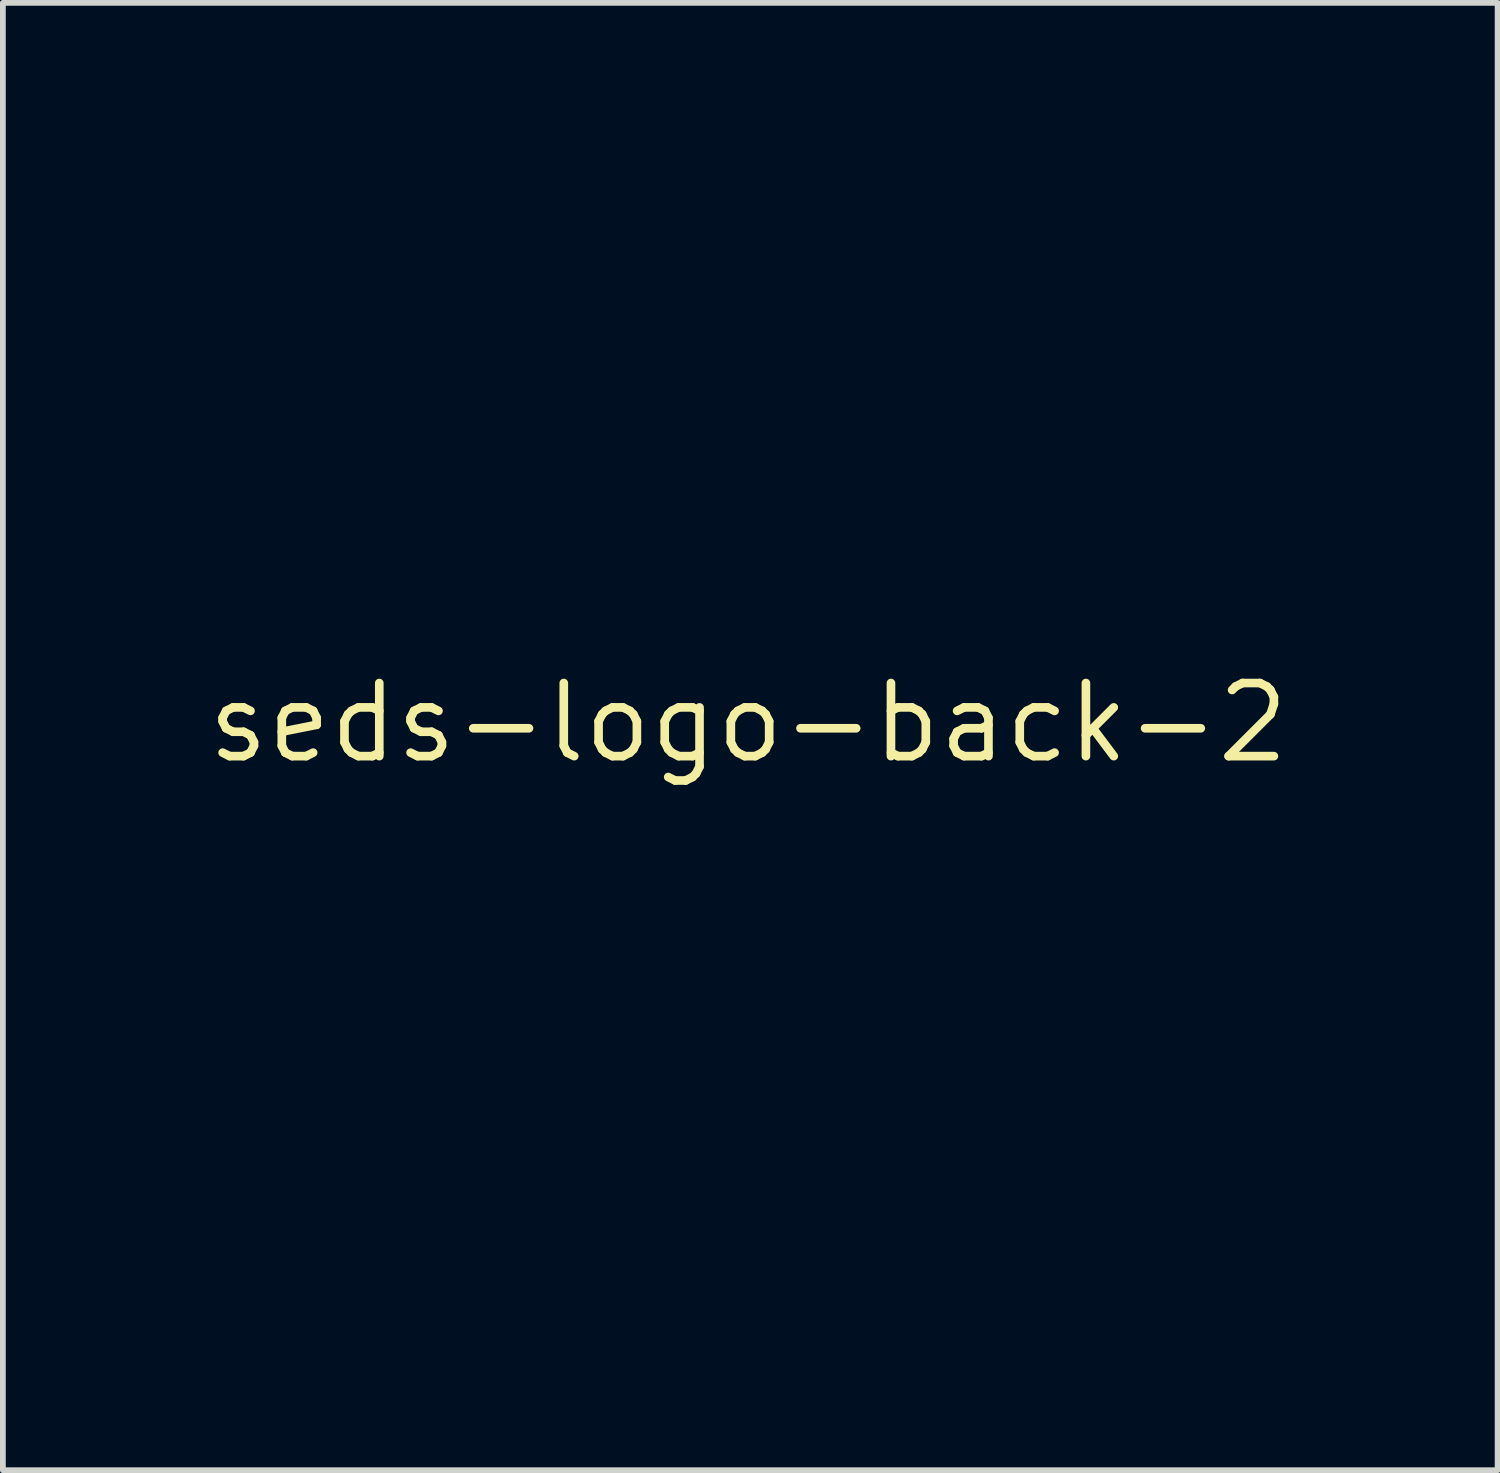
<source format=kicad_pcb>
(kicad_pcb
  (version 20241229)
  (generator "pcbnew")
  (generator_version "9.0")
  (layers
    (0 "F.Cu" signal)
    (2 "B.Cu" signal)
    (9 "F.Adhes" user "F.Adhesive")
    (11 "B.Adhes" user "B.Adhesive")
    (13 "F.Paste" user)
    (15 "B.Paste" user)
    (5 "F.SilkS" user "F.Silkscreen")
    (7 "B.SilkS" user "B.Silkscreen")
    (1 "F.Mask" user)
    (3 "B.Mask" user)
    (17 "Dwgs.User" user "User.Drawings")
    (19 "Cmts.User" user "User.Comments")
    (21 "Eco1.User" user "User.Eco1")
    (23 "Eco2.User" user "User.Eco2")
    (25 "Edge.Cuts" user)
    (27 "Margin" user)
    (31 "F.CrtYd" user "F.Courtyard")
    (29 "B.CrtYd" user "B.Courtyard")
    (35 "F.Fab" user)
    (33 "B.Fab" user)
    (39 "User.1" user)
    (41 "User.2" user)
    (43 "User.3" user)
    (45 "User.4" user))
  (footprint "seds-logo-back-2"
    (layer "F.Cu")
    (at 10.017 9.507)
    (property "Reference" "seds-logo-back-2" (at -0.067 0 0) (layer "F.SilkS") (effects (font (size 1.27 1.27) (thickness 0.15))))
    (attr through_hole)
    (fp_poly (pts (xy -6.135 3.359) (xy -6.151 3.366) (xy -6.231 3.426) (xy -6.283 3.508) (xy -6.305 3.603) (xy -6.299 3.703) (xy -6.263 3.798) (xy -6.199 3.879) (xy -6.152 3.914) (xy -6.076 3.947) (xy -5.983 3.967) (xy -5.895 3.971) (xy -5.853 3.965) (xy -5.758 3.919) (xy -5.692 3.843) (xy -5.657 3.739) (xy -5.652 3.666) (xy -5.67 3.551) (xy -5.726 3.457) (xy -5.819 3.383) (xy -5.841 3.371) (xy -5.943 3.332) (xy -6.036 3.328) (xy -6.135 3.359)) (stroke (width 0.01) (type solid)) (fill yes) (layer "B.Mask"))
    (fp_poly (pts (xy 2.079 -7.511) (xy 2.027 -7.497) (xy 1.982 -7.469) (xy 1.968 -7.456) (xy 1.906 -7.375) (xy 1.877 -7.282) (xy 1.88 -7.184) (xy 1.91 -7.088) (xy 1.964 -7.003) (xy 2.04 -6.935) (xy 2.132 -6.892) (xy 2.22 -6.881) (xy 2.289 -6.885) (xy 2.347 -6.895) (xy 2.36 -6.899) (xy 2.44 -6.954) (xy 2.492 -7.04) (xy 2.514 -7.149) (xy 2.516 -7.228) (xy 2.506 -7.284) (xy 2.479 -7.335) (xy 2.473 -7.344) (xy 2.391 -7.437) (xy 2.296 -7.492) (xy 2.181 -7.514) (xy 2.156 -7.514) (xy 2.079 -7.511)) (stroke (width 0.01) (type solid)) (fill yes) (layer "B.Mask"))
    (fp_poly (pts (xy -3.425 -3.835) (xy -3.476 -3.796) (xy -3.546 -3.734) (xy -3.631 -3.656) (xy -3.726 -3.564) (xy -3.828 -3.465) (xy -3.93 -3.362) (xy -4.029 -3.26) (xy -4.12 -3.164) (xy -4.199 -3.078) (xy -4.26 -3.007) (xy -4.3 -2.955) (xy -4.314 -2.927) (xy -4.314 -2.926) (xy -4.302 -2.901) (xy -4.274 -2.877) (xy -4.222 -2.853) (xy -4.142 -2.823) (xy -4.029 -2.788) (xy -3.857 -2.735) (xy -3.544 -3.05) (xy -3.23 -3.364) (xy -3.257 -3.497) (xy -3.292 -3.645) (xy -3.326 -3.752) (xy -3.36 -3.819) (xy -3.395 -3.847) (xy -3.398 -3.848) (xy -3.425 -3.835)) (stroke (width 0.01) (type solid)) (fill yes) (layer "B.Mask"))
    (fp_poly (pts (xy 1.968 2.983) (xy 1.895 2.999) (xy 1.84 3.026) (xy 1.784 3.076) (xy 1.766 3.094) (xy 1.693 3.195) (xy 1.658 3.303) (xy 1.658 3.429) (xy 1.662 3.453) (xy 1.691 3.532) (xy 1.748 3.617) (xy 1.821 3.694) (xy 1.898 3.75) (xy 1.92 3.76) (xy 2.003 3.781) (xy 2.102 3.787) (xy 2.199 3.778) (xy 2.275 3.754) (xy 2.275 3.754) (xy 2.361 3.699) (xy 2.419 3.636) (xy 2.458 3.567) (xy 2.492 3.444) (xy 2.487 3.32) (xy 2.445 3.203) (xy 2.368 3.1) (xy 2.339 3.075) (xy 2.225 3.006) (xy 2.096 2.976) (xy 1.968 2.983)) (stroke (width 0.01) (type solid)) (fill yes) (layer "B.Mask"))
    (fp_poly (pts (xy 2.899 -5.668) (xy 2.792 -5.649) (xy 2.673 -5.594) (xy 2.582 -5.514) (xy 2.52 -5.416) (xy 2.486 -5.304) (xy 2.48 -5.184) (xy 2.502 -5.062) (xy 2.551 -4.944) (xy 2.628 -4.835) (xy 2.731 -4.742) (xy 2.844 -4.676) (xy 2.922 -4.653) (xy 3.023 -4.639) (xy 3.133 -4.635) (xy 3.238 -4.642) (xy 3.323 -4.658) (xy 3.355 -4.671) (xy 3.47 -4.752) (xy 3.552 -4.852) (xy 3.601 -4.966) (xy 3.617 -5.088) (xy 3.602 -5.213) (xy 3.556 -5.335) (xy 3.48 -5.449) (xy 3.374 -5.548) (xy 3.239 -5.628) (xy 3.235 -5.63) (xy 3.139 -5.659) (xy 3.021 -5.672) (xy 2.899 -5.668)) (stroke (width 0.01) (type solid)) (fill yes) (layer "B.Mask"))
    (fp_poly (pts (xy -7.297 0.888) (xy -7.406 0.918) (xy -7.507 0.975) (xy -7.587 1.039) (xy -7.676 1.144) (xy -7.741 1.275) (xy -7.777 1.422) (xy -7.784 1.576) (xy -7.759 1.724) (xy -7.704 1.845) (xy -7.618 1.956) (xy -7.512 2.045) (xy -7.394 2.102) (xy -7.386 2.104) (xy -7.26 2.13) (xy -7.133 2.134) (xy -7.024 2.117) (xy -7.022 2.117) (xy -6.911 2.065) (xy -6.802 1.983) (xy -6.707 1.881) (xy -6.637 1.769) (xy -6.616 1.72) (xy -6.584 1.57) (xy -6.586 1.417) (xy -6.619 1.269) (xy -6.682 1.137) (xy -6.757 1.044) (xy -6.848 0.965) (xy -6.93 0.915) (xy -7.02 0.889) (xy -7.131 0.879) (xy -7.165 0.879) (xy -7.297 0.888)) (stroke (width 0.01) (type solid)) (fill yes) (layer "B.Mask"))
    (fp_poly (pts (xy -1.052 1.042) (xy -1.212 1.048) (xy -1.337 1.055) (xy -1.432 1.065) (xy -1.504 1.081) (xy -1.561 1.104) (xy -1.608 1.135) (xy -1.652 1.176) (xy -1.675 1.2) (xy -1.743 1.304) (xy -1.783 1.426) (xy -1.794 1.555) (xy -1.778 1.682) (xy -1.734 1.799) (xy -1.664 1.896) (xy -1.611 1.941) (xy -1.549 1.977) (xy -1.481 2.004) (xy -1.399 2.023) (xy -1.293 2.036) (xy -1.155 2.046) (xy -1.138 2.047) (xy -0.889 2.059) (xy -0.889 2.298) (xy -0.886 2.444) (xy -0.874 2.552) (xy -0.851 2.628) (xy -0.816 2.676) (xy -0.766 2.701) (xy -0.703 2.709) (xy -0.63 2.692) (xy -0.581 2.653) (xy -0.529 2.597) (xy -0.529 1.312) (xy -0.889 1.312) (xy -0.889 1.799) (xy -1.042 1.787) (xy -1.132 1.777) (xy -1.216 1.765) (xy -1.274 1.754) (xy -1.358 1.714) (xy -1.413 1.648) (xy -1.438 1.564) (xy -1.429 1.471) (xy -1.408 1.419) (xy -1.371 1.372) (xy -1.312 1.339) (xy -1.226 1.32) (xy -1.107 1.313) (xy -1.066 1.312) (xy -0.889 1.312) (xy -0.529 1.312) (xy -0.529 1.151) (xy -0.592 1.091) (xy -0.654 1.031) (xy -1.052 1.042)) (stroke (width 0.01) (type solid)) (fill yes) (layer "B.Mask"))
    (fp_poly (pts (xy 1.956 -2.518) (xy 1.82 -2.512) (xy 1.713 -2.502) (xy 1.628 -2.485) (xy 1.559 -2.458) (xy 1.499 -2.422) (xy 1.441 -2.374) (xy 1.408 -2.342) (xy 1.318 -2.235) (xy 1.255 -2.117) (xy 1.214 -1.979) (xy 1.192 -1.812) (xy 1.191 -1.784) (xy 1.193 -1.571) (xy 1.225 -1.383) (xy 1.286 -1.221) (xy 1.375 -1.088) (xy 1.49 -0.986) (xy 1.548 -0.952) (xy 1.625 -0.924) (xy 1.737 -0.901) (xy 1.872 -0.884) (xy 2.023 -0.874) (xy 2.181 -0.871) (xy 2.336 -0.875) (xy 2.44 -0.883) (xy 2.478 -0.888) (xy 2.508 -0.896) (xy 2.533 -0.911) (xy 2.551 -0.938) (xy 2.565 -0.98) (xy 2.575 -1.041) (xy 2.582 -1.126) (xy 2.583 -1.164) (xy 2.244 -1.164) (xy 2.04 -1.164) (xy 1.919 -1.167) (xy 1.831 -1.178) (xy 1.768 -1.197) (xy 1.763 -1.199) (xy 1.678 -1.263) (xy 1.612 -1.36) (xy 1.566 -1.488) (xy 1.543 -1.642) (xy 1.541 -1.714) (xy 1.553 -1.882) (xy 1.59 -2.017) (xy 1.654 -2.119) (xy 1.744 -2.189) (xy 1.862 -2.227) (xy 1.899 -2.232) (xy 1.991 -2.242) (xy 2.091 -2.252) (xy 2.127 -2.256) (xy 2.244 -2.268) (xy 2.244 -1.164) (xy 2.583 -1.164) (xy 2.585 -1.238) (xy 2.587 -1.381) (xy 2.587 -1.56) (xy 2.587 -1.717) (xy 2.586 -1.913) (xy 2.585 -2.07) (xy 2.584 -2.194) (xy 2.581 -2.289) (xy 2.578 -2.359) (xy 2.573 -2.408) (xy 2.567 -2.442) (xy 2.559 -2.463) (xy 2.549 -2.478) (xy 2.549 -2.479) (xy 2.533 -2.493) (xy 2.51 -2.503) (xy 2.474 -2.511) (xy 2.419 -2.515) (xy 2.338 -2.518) (xy 2.226 -2.519) (xy 2.128 -2.519) (xy 1.956 -2.518)) (stroke (width 0.01) (type solid)) (fill yes) (layer "B.Mask"))
    (fp_poly (pts (xy -4.89 1.038) (xy -4.932 1.074) (xy -4.945 1.092) (xy -4.956 1.113) (xy -4.963 1.14) (xy -4.969 1.181) (xy -4.972 1.238) (xy -4.973 1.319) (xy -4.973 1.427) (xy -4.972 1.569) (xy -4.97 1.703) (xy -4.964 2.275) (xy -4.903 2.399) (xy -4.82 2.524) (xy -4.71 2.616) (xy -4.577 2.675) (xy -4.531 2.685) (xy -4.399 2.708) (xy -4.299 2.718) (xy -4.221 2.718) (xy -4.202 2.717) (xy -4.021 2.68) (xy -3.87 2.619) (xy -3.752 2.533) (xy -3.667 2.423) (xy -3.66 2.41) (xy -3.633 2.331) (xy -3.611 2.214) (xy -3.594 2.062) (xy -3.584 1.879) (xy -3.58 1.669) (xy -3.58 1.609) (xy -3.582 1.429) (xy -3.589 1.289) (xy -3.599 1.183) (xy -3.615 1.108) (xy -3.636 1.062) (xy -3.651 1.045) (xy -3.712 1.021) (xy -3.788 1.017) (xy -3.841 1.029) (xy -3.864 1.042) (xy -3.882 1.063) (xy -3.897 1.098) (xy -3.909 1.151) (xy -3.918 1.226) (xy -3.925 1.328) (xy -3.93 1.463) (xy -3.936 1.633) (xy -3.937 1.685) (xy -3.942 1.853) (xy -3.946 1.985) (xy -3.95 2.085) (xy -3.956 2.158) (xy -3.962 2.211) (xy -3.97 2.248) (xy -3.98 2.275) (xy -3.993 2.297) (xy -3.997 2.302) (xy -4.074 2.376) (xy -4.178 2.421) (xy -4.286 2.434) (xy -4.408 2.418) (xy -4.503 2.369) (xy -4.571 2.288) (xy -4.576 2.279) (xy -4.589 2.249) (xy -4.6 2.215) (xy -4.609 2.172) (xy -4.615 2.114) (xy -4.621 2.035) (xy -4.625 1.93) (xy -4.63 1.793) (xy -4.634 1.648) (xy -4.638 1.48) (xy -4.642 1.35) (xy -4.647 1.251) (xy -4.652 1.18) (xy -4.659 1.129) (xy -4.667 1.096) (xy -4.677 1.074) (xy -4.687 1.06) (xy -4.747 1.022) (xy -4.82 1.015) (xy -4.89 1.038)) (stroke (width 0.01) (type solid)) (fill yes) (layer "B.Mask"))
    (fp_poly (pts (xy -3.05 -3.099) (xy -3.077 -3.086) (xy -3.113 -3.057) (xy -3.163 -3.009) (xy -3.231 -2.938) (xy -3.32 -2.841) (xy -3.38 -2.775) (xy -3.463 -2.682) (xy -3.519 -2.614) (xy -3.554 -2.564) (xy -3.571 -2.528) (xy -3.573 -2.5) (xy -3.565 -2.485) (xy -3.544 -2.459) (xy -3.508 -2.419) (xy -3.455 -2.366) (xy -3.384 -2.296) (xy -3.294 -2.21) (xy -3.182 -2.106) (xy -3.049 -1.982) (xy -2.892 -1.837) (xy -2.71 -1.671) (xy -2.502 -1.48) (xy -2.265 -1.265) (xy -2 -1.024) (xy -1.82 -0.861) (xy -1.458 -0.532) (xy -1.125 -0.23) (xy -0.821 0.046) (xy -0.544 0.296) (xy -0.293 0.523) (xy -0.068 0.727) (xy 0.134 0.91) (xy 0.314 1.072) (xy 0.473 1.215) (xy 0.613 1.341) (xy 0.734 1.449) (xy 0.838 1.542) (xy 0.926 1.62) (xy 1 1.685) (xy 1.061 1.737) (xy 1.11 1.779) (xy 1.149 1.811) (xy 1.178 1.834) (xy 1.2 1.849) (xy 1.215 1.858) (xy 1.224 1.862) (xy 1.227 1.863) (xy 1.254 1.85) (xy 1.256 1.849) (xy 1.264 1.84) (xy 1.269 1.83) (xy 1.27 1.817) (xy 1.266 1.8) (xy 1.254 1.776) (xy 1.234 1.745) (xy 1.205 1.703) (xy 1.163 1.649) (xy 1.109 1.581) (xy 1.04 1.499) (xy 0.956 1.399) (xy 0.854 1.28) (xy 0.733 1.14) (xy 0.592 0.978) (xy 0.43 0.791) (xy 0.244 0.578) (xy 0.034 0.337) (xy -0.203 0.067) (xy -0.252 0.011) (xy -0.617 -0.406) (xy -0.955 -0.791) (xy -1.265 -1.145) (xy -1.549 -1.467) (xy -1.806 -1.76) (xy -2.038 -2.022) (xy -2.244 -2.254) (xy -2.424 -2.458) (xy -2.58 -2.632) (xy -2.712 -2.778) (xy -2.819 -2.895) (xy -2.902 -2.985) (xy -2.961 -3.048) (xy -2.998 -3.083) (xy -3.009 -3.092) (xy -3.029 -3.1) (xy -3.05 -3.099)) (stroke (width 0.01) (type solid)) (fill yes) (layer "B.Mask"))
    (fp_poly (pts (xy 3.194 -2.518) (xy 3.098 -2.517) (xy 3.029 -2.514) (xy 2.981 -2.51) (xy 2.951 -2.503) (xy 2.932 -2.494) (xy 2.919 -2.482) (xy 2.912 -2.472) (xy 2.882 -2.403) (xy 2.889 -2.34) (xy 2.926 -2.298) (xy 2.95 -2.286) (xy 2.987 -2.277) (xy 3.044 -2.271) (xy 3.126 -2.267) (xy 3.238 -2.265) (xy 3.37 -2.265) (xy 3.768 -2.265) (xy 3.768 -1.884) (xy 3.667 -1.881) (xy 3.607 -1.879) (xy 3.517 -1.876) (xy 3.408 -1.871) (xy 3.293 -1.866) (xy 3.282 -1.865) (xy 3.167 -1.86) (xy 3.087 -1.854) (xy 3.035 -1.848) (xy 3.003 -1.838) (xy 2.983 -1.823) (xy 2.969 -1.802) (xy 2.964 -1.794) (xy 2.944 -1.748) (xy 2.948 -1.71) (xy 2.964 -1.677) (xy 2.997 -1.619) (xy 3.382 -1.613) (xy 3.768 -1.608) (xy 3.768 -1.171) (xy 3.351 -1.157) (xy 3.203 -1.151) (xy 3.092 -1.146) (xy 3.011 -1.139) (xy 2.956 -1.132) (xy 2.92 -1.122) (xy 2.898 -1.11) (xy 2.896 -1.108) (xy 2.863 -1.053) (xy 2.863 -0.987) (xy 2.893 -0.928) (xy 2.902 -0.919) (xy 2.92 -0.905) (xy 2.944 -0.895) (xy 2.979 -0.888) (xy 3.032 -0.883) (xy 3.109 -0.88) (xy 3.214 -0.878) (xy 3.355 -0.876) (xy 3.405 -0.876) (xy 3.546 -0.876) (xy 3.678 -0.876) (xy 3.792 -0.878) (xy 3.883 -0.879) (xy 3.941 -0.882) (xy 3.951 -0.883) (xy 3.993 -0.887) (xy 4.027 -0.894) (xy 4.055 -0.907) (xy 4.076 -0.93) (xy 4.092 -0.968) (xy 4.103 -1.024) (xy 4.111 -1.102) (xy 4.116 -1.207) (xy 4.119 -1.342) (xy 4.121 -1.512) (xy 4.123 -1.707) (xy 4.129 -2.437) (xy 4.081 -2.477) (xy 4.063 -2.489) (xy 4.04 -2.499) (xy 4.007 -2.506) (xy 3.959 -2.511) (xy 3.889 -2.515) (xy 3.793 -2.517) (xy 3.665 -2.518) (xy 3.501 -2.518) (xy 3.488 -2.518) (xy 3.323 -2.518) (xy 3.194 -2.518)) (stroke (width 0.01) (type solid)) (fill yes) (layer "B.Mask"))
    (fp_poly (pts (xy 0.148 -2.542) (xy 0.007 -2.503) (xy -0.113 -2.441) (xy -0.206 -2.357) (xy -0.263 -2.262) (xy -0.284 -2.174) (xy -0.274 -2.097) (xy -0.242 -2.037) (xy -0.193 -2) (xy -0.134 -1.989) (xy -0.071 -2.009) (xy -0.01 -2.066) (xy -0.008 -2.069) (xy 0.081 -2.179) (xy 0.161 -2.253) (xy 0.24 -2.294) (xy 0.323 -2.307) (xy 0.402 -2.297) (xy 0.474 -2.268) (xy 0.537 -2.221) (xy 0.58 -2.167) (xy 0.593 -2.124) (xy 0.582 -2.077) (xy 0.548 -2.034) (xy 0.485 -1.992) (xy 0.39 -1.95) (xy 0.258 -1.905) (xy 0.229 -1.896) (xy 0.071 -1.845) (xy -0.05 -1.8) (xy -0.142 -1.757) (xy -0.211 -1.713) (xy -0.261 -1.667) (xy -0.287 -1.632) (xy -0.333 -1.531) (xy -0.355 -1.409) (xy -0.351 -1.285) (xy -0.34 -1.232) (xy -0.298 -1.14) (xy -0.229 -1.047) (xy -0.144 -0.969) (xy -0.086 -0.932) (xy 0.042 -0.885) (xy 0.193 -0.857) (xy 0.349 -0.85) (xy 0.496 -0.866) (xy 0.514 -0.87) (xy 0.588 -0.893) (xy 0.664 -0.925) (xy 0.672 -0.929) (xy 0.764 -0.99) (xy 0.839 -1.064) (xy 0.897 -1.147) (xy 0.934 -1.232) (xy 0.951 -1.313) (xy 0.945 -1.385) (xy 0.916 -1.44) (xy 0.861 -1.474) (xy 0.806 -1.482) (xy 0.748 -1.475) (xy 0.702 -1.45) (xy 0.661 -1.399) (xy 0.618 -1.323) (xy 0.547 -1.216) (xy 0.462 -1.148) (xy 0.387 -1.123) (xy 0.262 -1.119) (xy 0.15 -1.147) (xy 0.057 -1.206) (xy 0.001 -1.276) (xy -0.018 -1.317) (xy -0.016 -1.355) (xy 0.005 -1.405) (xy 0.03 -1.449) (xy 0.064 -1.483) (xy 0.114 -1.514) (xy 0.188 -1.543) (xy 0.291 -1.576) (xy 0.36 -1.596) (xy 0.525 -1.647) (xy 0.653 -1.699) (xy 0.75 -1.753) (xy 0.821 -1.814) (xy 0.848 -1.847) (xy 0.882 -1.9) (xy 0.901 -1.949) (xy 0.909 -2.012) (xy 0.91 -2.079) (xy 0.903 -2.192) (xy 0.88 -2.278) (xy 0.834 -2.349) (xy 0.79 -2.395) (xy 0.708 -2.458) (xy 0.613 -2.503) (xy 0.492 -2.535) (xy 0.466 -2.54) (xy 0.303 -2.555) (xy 0.148 -2.542)) (stroke (width 0.01) (type solid)) (fill yes) (layer "B.Mask"))
    (fp_poly (pts (xy -2.753 1.027) (xy -2.828 1.03) (xy -2.884 1.038) (xy -2.93 1.053) (xy -2.977 1.075) (xy -3.004 1.09) (xy -3.093 1.153) (xy -3.167 1.231) (xy -3.218 1.315) (xy -3.238 1.393) (xy -3.239 1.398) (xy -3.22 1.474) (xy -3.172 1.532) (xy -3.105 1.564) (xy -3.079 1.566) (xy -3.036 1.562) (xy -3.001 1.543) (xy -2.961 1.503) (xy -2.922 1.451) (xy -2.855 1.367) (xy -2.799 1.313) (xy -2.742 1.283) (xy -2.675 1.271) (xy -2.629 1.27) (xy -2.521 1.282) (xy -2.434 1.314) (xy -2.377 1.365) (xy -2.371 1.375) (xy -2.351 1.428) (xy -2.354 1.475) (xy -2.384 1.519) (xy -2.444 1.561) (xy -2.537 1.604) (xy -2.667 1.652) (xy -2.754 1.68) (xy -2.868 1.718) (xy -2.974 1.757) (xy -3.062 1.792) (xy -3.122 1.821) (xy -3.136 1.83) (xy -3.22 1.912) (xy -3.276 2.022) (xy -3.3 2.154) (xy -3.302 2.192) (xy -3.284 2.337) (xy -3.231 2.458) (xy -3.143 2.558) (xy -3.018 2.638) (xy -2.995 2.649) (xy -2.9 2.678) (xy -2.779 2.698) (xy -2.645 2.706) (xy -2.514 2.702) (xy -2.4 2.686) (xy -2.363 2.676) (xy -2.263 2.628) (xy -2.161 2.544) (xy -2.15 2.533) (xy -2.07 2.438) (xy -2.019 2.343) (xy -1.998 2.254) (xy -2.007 2.177) (xy -2.046 2.118) (xy -2.1 2.087) (xy -2.166 2.078) (xy -2.225 2.103) (xy -2.283 2.165) (xy -2.329 2.242) (xy -2.405 2.35) (xy -2.498 2.42) (xy -2.609 2.452) (xy -2.658 2.455) (xy -2.752 2.44) (xy -2.837 2.401) (xy -2.905 2.345) (xy -2.948 2.279) (xy -2.958 2.209) (xy -2.955 2.194) (xy -2.934 2.143) (xy -2.894 2.1) (xy -2.831 2.059) (xy -2.738 2.019) (xy -2.61 1.976) (xy -2.566 1.962) (xy -2.394 1.905) (xy -2.261 1.846) (xy -2.162 1.782) (xy -2.094 1.709) (xy -2.053 1.624) (xy -2.034 1.523) (xy -2.032 1.47) (xy -2.05 1.338) (xy -2.103 1.229) (xy -2.193 1.139) (xy -2.282 1.086) (xy -2.338 1.06) (xy -2.389 1.043) (xy -2.444 1.033) (xy -2.516 1.028) (xy -2.616 1.027) (xy -2.646 1.027) (xy -2.753 1.027)) (stroke (width 0.01) (type solid)) (fill yes) (layer "B.Mask"))
    (fp_poly (pts (xy 4.921 -2.543) (xy 4.813 -2.526) (xy 4.723 -2.492) (xy 4.642 -2.44) (xy 4.592 -2.397) (xy 4.532 -2.338) (xy 4.497 -2.292) (xy 4.479 -2.243) (xy 4.472 -2.195) (xy 4.468 -2.127) (xy 4.479 -2.083) (xy 4.508 -2.043) (xy 4.509 -2.042) (xy 4.564 -1.998) (xy 4.618 -1.988) (xy 4.676 -2.013) (xy 4.742 -2.075) (xy 4.784 -2.125) (xy 4.872 -2.223) (xy 4.956 -2.283) (xy 5.043 -2.306) (xy 5.139 -2.296) (xy 5.207 -2.273) (xy 5.284 -2.23) (xy 5.324 -2.175) (xy 5.334 -2.111) (xy 5.329 -2.075) (xy 5.309 -2.043) (xy 5.27 -2.013) (xy 5.207 -1.981) (xy 5.114 -1.944) (xy 4.987 -1.9) (xy 4.946 -1.886) (xy 4.78 -1.829) (xy 4.65 -1.775) (xy 4.553 -1.722) (xy 4.485 -1.665) (xy 4.44 -1.6) (xy 4.414 -1.522) (xy 4.404 -1.428) (xy 4.403 -1.377) (xy 4.419 -1.227) (xy 4.469 -1.103) (xy 4.553 -1.003) (xy 4.671 -0.928) (xy 4.718 -0.909) (xy 4.796 -0.887) (xy 4.896 -0.869) (xy 5.003 -0.857) (xy 5.105 -0.852) (xy 5.187 -0.855) (xy 5.218 -0.86) (xy 5.267 -0.873) (xy 5.33 -0.889) (xy 5.336 -0.891) (xy 5.41 -0.924) (xy 5.493 -0.983) (xy 5.571 -1.057) (xy 5.634 -1.134) (xy 5.652 -1.166) (xy 5.685 -1.258) (xy 5.692 -1.343) (xy 5.673 -1.414) (xy 5.631 -1.463) (xy 5.569 -1.482) (xy 5.567 -1.482) (xy 5.507 -1.477) (xy 5.462 -1.457) (xy 5.423 -1.415) (xy 5.38 -1.343) (xy 5.373 -1.331) (xy 5.306 -1.227) (xy 5.232 -1.161) (xy 5.143 -1.127) (xy 5.048 -1.119) (xy 4.928 -1.133) (xy 4.835 -1.172) (xy 4.771 -1.232) (xy 4.743 -1.31) (xy 4.741 -1.333) (xy 4.748 -1.389) (xy 4.773 -1.436) (xy 4.819 -1.478) (xy 4.892 -1.519) (xy 4.997 -1.56) (xy 5.134 -1.606) (xy 5.274 -1.653) (xy 5.39 -1.699) (xy 5.475 -1.741) (xy 5.501 -1.758) (xy 5.591 -1.846) (xy 5.647 -1.952) (xy 5.67 -2.068) (xy 5.659 -2.186) (xy 5.616 -2.298) (xy 5.541 -2.395) (xy 5.482 -2.442) (xy 5.379 -2.498) (xy 5.267 -2.532) (xy 5.133 -2.547) (xy 5.059 -2.548) (xy 4.921 -2.543)) (stroke (width 0.01) (type solid)) (fill yes) (layer "B.Mask"))
    (fp_poly (pts (xy -9.987 -9.497) (xy -10.005 -9.477) (xy -10.011 -9.442) (xy -10.012 -9.405) (xy -10.001 -9.31) (xy -9.971 -9.183) (xy -9.921 -9.027) (xy -9.854 -8.847) (xy -9.772 -8.646) (xy -9.675 -8.427) (xy -9.566 -8.196) (xy -9.522 -8.107) (xy -9.382 -7.834) (xy -9.247 -7.585) (xy -9.109 -7.349) (xy -8.96 -7.113) (xy -8.794 -6.864) (xy -8.706 -6.737) (xy -8.473 -6.418) (xy -8.22 -6.101) (xy -7.954 -5.792) (xy -7.681 -5.498) (xy -7.406 -5.225) (xy -7.136 -4.979) (xy -6.897 -4.783) (xy -6.705 -4.635) (xy -6.709 -4.003) (xy -6.712 -3.372) (xy -6.282 -2.959) (xy -6.167 -2.848) (xy -6.057 -2.744) (xy -5.958 -2.65) (xy -5.876 -2.572) (xy -5.813 -2.514) (xy -5.777 -2.48) (xy -5.776 -2.48) (xy -5.728 -2.44) (xy -5.699 -2.426) (xy -5.675 -2.434) (xy -5.656 -2.45) (xy -5.632 -2.487) (xy -5.599 -2.564) (xy -5.557 -2.683) (xy -5.504 -2.843) (xy -5.47 -2.954) (xy -5.326 -3.422) (xy -5.03 -3.245) (xy -4.93 -3.186) (xy -4.842 -3.135) (xy -4.774 -3.097) (xy -4.731 -3.074) (xy -4.72 -3.069) (xy -4.7 -3.083) (xy -4.655 -3.123) (xy -4.588 -3.185) (xy -4.503 -3.265) (xy -4.404 -3.359) (xy -4.296 -3.463) (xy -4.181 -3.573) (xy -4.066 -3.685) (xy -3.953 -3.795) (xy -3.846 -3.899) (xy -3.75 -3.994) (xy -3.669 -4.075) (xy -3.607 -4.138) (xy -3.568 -4.18) (xy -3.558 -4.192) (xy -3.507 -4.261) (xy -3.658 -4.564) (xy -3.809 -4.866) (xy -3.645 -4.901) (xy -3.444 -4.945) (xy -3.281 -4.982) (xy -3.152 -5.011) (xy -3.054 -5.035) (xy -2.981 -5.055) (xy -2.932 -5.071) (xy -2.902 -5.084) (xy -2.887 -5.095) (xy -2.884 -5.101) (xy -2.887 -5.118) (xy -2.902 -5.145) (xy -2.931 -5.186) (xy -2.976 -5.242) (xy -3.039 -5.317) (xy -3.124 -5.412) (xy -3.23 -5.531) (xy -3.362 -5.675) (xy -3.503 -5.829) (xy -3.863 -6.221) (xy -4.521 -6.222) (xy -5.179 -6.223) (xy -5.299 -6.402) (xy -5.469 -6.635) (xy -5.675 -6.879) (xy -5.914 -7.13) (xy -6.18 -7.384) (xy -6.471 -7.639) (xy -6.783 -7.889) (xy -7.111 -8.132) (xy -7.428 -8.349) (xy -7.744 -8.548) (xy -8.072 -8.737) (xy -8.403 -8.913) (xy -8.733 -9.074) (xy -9.053 -9.215) (xy -9.357 -9.334) (xy -9.639 -9.427) (xy -9.684 -9.439) (xy -9.806 -9.473) (xy -9.893 -9.494) (xy -9.952 -9.502) (xy -9.987 -9.497)) (stroke (width 0.01) (type solid)) (fill yes) (layer "B.Mask"))
    (fp_poly (pts (xy 2.46 -8.799) (xy 2.456 -8.792) (xy 2.473 -8.772) (xy 2.517 -8.739) (xy 2.567 -8.706) (xy 2.68 -8.631) (xy 2.816 -8.529) (xy 2.969 -8.404) (xy 3.136 -8.262) (xy 3.311 -8.107) (xy 3.488 -7.943) (xy 3.663 -7.775) (xy 3.831 -7.609) (xy 3.986 -7.447) (xy 4.122 -7.297) (xy 4.351 -7.026) (xy 4.568 -6.746) (xy 4.772 -6.461) (xy 4.958 -6.178) (xy 5.124 -5.902) (xy 5.266 -5.637) (xy 5.381 -5.389) (xy 5.449 -5.21) (xy 5.509 -5.034) (xy 5.349 -4.872) (xy 5.202 -4.705) (xy 5.093 -4.538) (xy 5.018 -4.364) (xy 4.973 -4.176) (xy 4.964 -4.096) (xy 4.964 -3.886) (xy 5.004 -3.685) (xy 5.082 -3.495) (xy 5.193 -3.322) (xy 5.336 -3.17) (xy 5.509 -3.043) (xy 5.609 -2.989) (xy 5.702 -2.947) (xy 5.794 -2.909) (xy 5.869 -2.883) (xy 5.889 -2.878) (xy 5.952 -2.858) (xy 5.999 -2.836) (xy 6.011 -2.826) (xy 6.031 -2.781) (xy 6.05 -2.697) (xy 6.068 -2.578) (xy 6.083 -2.43) (xy 6.096 -2.255) (xy 6.105 -2.059) (xy 6.111 -1.859) (xy 6.114 -1.583) (xy 6.109 -1.342) (xy 6.096 -1.129) (xy 6.073 -0.937) (xy 6.041 -0.759) (xy 5.998 -0.588) (xy 5.949 -0.434) (xy 5.919 -0.35) (xy 5.894 -0.297) (xy 5.87 -0.268) (xy 5.841 -0.253) (xy 5.829 -0.25) (xy 5.78 -0.238) (xy 5.704 -0.219) (xy 5.615 -0.198) (xy 5.588 -0.191) (xy 5.484 -0.161) (xy 5.362 -0.116) (xy 5.238 -0.063) (xy 5.186 -0.038) (xy 5.073 0.02) (xy 4.985 0.075) (xy 4.906 0.136) (xy 4.821 0.215) (xy 4.791 0.244) (xy 4.642 0.411) (xy 4.532 0.581) (xy 4.458 0.759) (xy 4.416 0.955) (xy 4.403 1.17) (xy 4.411 1.363) (xy 4.44 1.536) (xy 4.491 1.701) (xy 4.57 1.868) (xy 4.678 2.048) (xy 4.691 2.069) (xy 4.807 2.243) (xy 4.659 2.476) (xy 4.381 2.878) (xy 4.069 3.268) (xy 3.725 3.642) (xy 3.354 3.998) (xy 2.959 4.334) (xy 2.544 4.646) (xy 2.112 4.933) (xy 1.669 5.191) (xy 1.216 5.417) (xy 0.758 5.61) (xy 0.3 5.766) (xy -0.148 5.881) (xy -0.245 5.9) (xy -0.347 5.917) (xy -0.462 5.934) (xy -0.599 5.95) (xy -0.764 5.967) (xy -0.88 5.979) (xy -1.008 5.991) (xy -1.078 5.832) (xy -1.13 5.728) (xy -1.19 5.643) (xy -1.271 5.558) (xy -1.279 5.55) (xy -1.44 5.424) (xy -1.612 5.337) (xy -1.8 5.287) (xy -2.008 5.273) (xy -2.084 5.277) (xy -2.287 5.31) (xy -2.47 5.378) (xy -2.63 5.478) (xy -2.763 5.607) (xy -2.867 5.763) (xy -2.938 5.943) (xy -2.951 5.995) (xy -2.96 6.026) (xy -2.976 6.043) (xy -3.009 6.051) (xy -3.069 6.053) (xy -3.117 6.053) (xy -3.427 6.037) (xy -3.758 5.987) (xy -4.108 5.907) (xy -4.473 5.798) (xy -4.85 5.661) (xy -5.235 5.497) (xy -5.625 5.309) (xy -6.016 5.098) (xy -6.405 4.865) (xy -6.788 4.612) (xy -7.163 4.34) (xy -7.346 4.197) (xy -7.52 4.051) (xy -7.708 3.882) (xy -7.902 3.698) (xy -8.091 3.507) (xy -8.269 3.319) (xy -8.426 3.141) (xy -8.503 3.048) (xy -8.602 2.926) (xy -8.678 2.834) (xy -8.735 2.77) (xy -8.776 2.731) (xy -8.802 2.714) (xy -8.818 2.715) (xy -8.819 2.716) (xy -8.82 2.742) (xy -8.81 2.803) (xy -8.792 2.892) (xy -8.765 3.003) (xy -8.732 3.132) (xy -8.695 3.271) (xy -8.655 3.414) (xy -8.613 3.557) (xy -8.6 3.597) (xy -8.423 4.11) (xy -8.209 4.624) (xy -7.963 5.127) (xy -7.69 5.613) (xy -7.394 6.07) (xy -7.375 6.096) (xy -7.179 6.367) (xy -6.985 6.616) (xy -6.784 6.854) (xy -6.567 7.09) (xy -6.326 7.335) (xy -6.249 7.411) (xy -5.793 7.827) (xy -5.312 8.207) (xy -4.808 8.553) (xy -4.279 8.864) (xy -3.725 9.141) (xy -3.148 9.382) (xy -2.757 9.522) (xy -2.41 9.627) (xy -2.034 9.724) (xy -1.641 9.808) (xy -1.244 9.878) (xy -0.854 9.932) (xy -0.794 9.938) (xy -0.65 9.951) (xy -0.475 9.961) (xy -0.279 9.97) (xy -0.07 9.976) (xy 0.141 9.98) (xy 0.346 9.981) (xy 0.534 9.979) (xy 0.697 9.975) (xy 0.794 9.969) (xy 1.41 9.904) (xy 2.027 9.801) (xy 2.637 9.66) (xy 3.233 9.484) (xy 3.744 9.299) (xy 3.864 9.25) (xy 4.011 9.184) (xy 4.178 9.107) (xy 4.356 9.022) (xy 4.534 8.935) (xy 4.705 8.85) (xy 4.859 8.77) (xy 4.987 8.701) (xy 5.027 8.678) (xy 5.555 8.349) (xy 6.064 7.985) (xy 6.549 7.589) (xy 7.01 7.163) (xy 7.444 6.71) (xy 7.69 6.42) (xy -1.428 6.42) (xy -1.43 6.541) (xy -1.449 6.652) (xy -1.475 6.72) (xy -1.538 6.813) (xy -1.621 6.9) (xy -1.71 6.968) (xy -1.757 6.994) (xy -1.869 7.023) (xy -1.997 7.025) (xy -2.124 7.001) (xy -2.197 6.973) (xy -2.318 6.889) (xy -2.42 6.769) (xy -2.467 6.689) (xy -2.488 6.623) (xy -2.5 6.531) (xy -2.505 6.427) (xy -2.501 6.326) (xy -2.487 6.243) (xy -2.479 6.218) (xy -2.44 6.15) (xy -2.376 6.073) (xy -2.3 6) (xy -2.225 5.943) (xy -2.191 5.924) (xy -2.087 5.894) (xy -1.967 5.886) (xy -1.848 5.899) (xy -1.767 5.924) (xy -1.673 5.984) (xy -1.579 6.07) (xy -1.5 6.17) (xy -1.475 6.212) (xy -1.443 6.305) (xy -1.428 6.42) (xy 7.69 6.42) (xy 7.848 6.233) (xy 8.22 5.733) (xy 8.557 5.215) (xy 8.857 4.679) (xy 8.908 4.577) (xy 9.184 3.982) (xy 9.418 3.378) (xy 9.61 2.768) (xy 9.761 2.15) (xy 9.87 1.527) (xy 9.917 1.124) (xy 6.768 1.124) (xy 6.743 1.303) (xy 6.683 1.477) (xy 6.592 1.641) (xy 6.475 1.787) (xy 6.334 1.909) (xy 6.214 1.98) (xy 6.026 2.053) (xy 5.841 2.084) (xy 5.66 2.072) (xy 5.536 2.039) (xy 5.368 1.959) (xy 5.225 1.848) (xy 5.11 1.711) (xy 5.025 1.553) (xy 4.972 1.38) (xy 4.955 1.196) (xy 4.975 1.007) (xy 4.985 0.964) (xy 5.05 0.786) (xy 5.147 0.627) (xy 5.254 0.504) (xy 5.393 0.386) (xy 5.544 0.3) (xy 5.72 0.24) (xy 5.898 0.215) (xy 6.071 0.23) (xy 6.235 0.28) (xy 6.385 0.363) (xy 6.517 0.476) (xy 6.627 0.616) (xy 6.709 0.78) (xy 6.757 0.949) (xy 6.768 1.124) (xy 9.917 1.124) (xy 9.927 1.037) (xy 9.935 0.906) (xy 9.942 0.741) (xy 9.946 0.552) (xy 9.947 0.347) (xy 9.947 0.135) (xy 9.945 -0.076) (xy 9.94 -0.278) (xy 9.933 -0.461) (xy 9.925 -0.617) (xy 9.917 -0.716) (xy 9.833 -1.342) (xy 9.711 -1.951) (xy 9.551 -2.544) (xy 9.351 -3.123) (xy 9.112 -3.69) (xy 9.04 -3.842) (xy 8.975 -3.965) (xy 6.664 -3.965) (xy 6.643 -3.849) (xy 6.622 -3.777) (xy 6.552 -3.625) (xy 6.455 -3.502) (xy 6.332 -3.41) (xy 6.189 -3.354) (xy 6.154 -3.346) (xy 6.057 -3.336) (xy 5.966 -3.348) (xy 5.865 -3.383) (xy 5.828 -3.4) (xy 5.703 -3.481) (xy 5.603 -3.591) (xy 5.528 -3.723) (xy 5.483 -3.868) (xy 5.469 -4.02) (xy 5.489 -4.171) (xy 5.527 -4.277) (xy 5.611 -4.42) (xy 5.713 -4.529) (xy 5.831 -4.604) (xy 5.97 -4.651) (xy 6.109 -4.658) (xy 6.244 -4.629) (xy 6.369 -4.565) (xy 6.478 -4.471) (xy 6.568 -4.347) (xy 6.632 -4.198) (xy 6.634 -4.192) (xy 6.66 -4.073) (xy 6.664 -3.965) (xy 8.975 -3.965) (xy 8.751 -4.391) (xy 8.428 -4.915) (xy 8.073 -5.413) (xy 7.687 -5.884) (xy 7.271 -6.327) (xy 6.827 -6.74) (xy 6.356 -7.122) (xy 5.859 -7.472) (xy 5.337 -7.79) (xy 4.793 -8.073) (xy 4.227 -8.32) (xy 3.736 -8.5) (xy 3.576 -8.551) (xy 3.411 -8.601) (xy 3.244 -8.648) (xy 3.081 -8.69) (xy 2.927 -8.728) (xy 2.787 -8.759) (xy 2.665 -8.783) (xy 2.567 -8.798) (xy 2.497 -8.804) (xy 2.46 -8.799)) (stroke (width 0.01) (type solid)) (fill yes) (layer "B.Mask")))
  (gr_rect
    (start -3 -3)
    (end 22.969 22.493)
    (stroke (width 0.1) (type default))
    (fill no)
    (layer "Edge.Cuts")))
</source>
